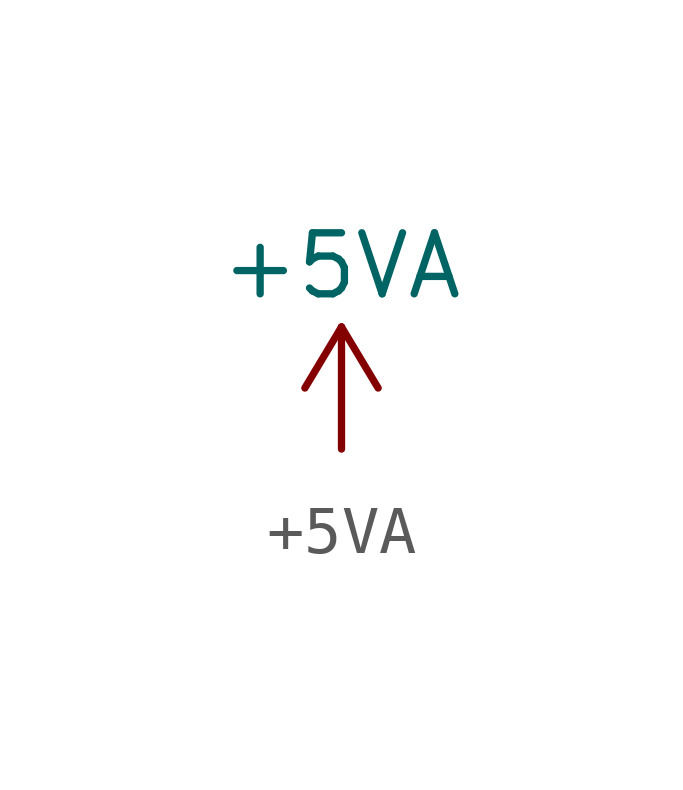
<source format=kicad_sym>
(kicad_symbol_lib
  (version 20231120)
  (generator "kicad_symbol_editor")
  (generator_version "8.0")
  (symbol "+5VA"
    (power)
    (pin_names
      (offset 0))
    (property "Reference" "#PWR"
      (at 0 -2.54 0)
      (effects (font (size 1.27 1.27)) (hide yes)))
    (property "Value" "+5VA"
      (at 0 3.81 0)
      (effects (font (size 1.27 1.27))))
    (symbol "+5VA_1_1"
      (polyline (pts (xy -0.762 1.27) (xy 0 2.54)) (stroke (width 0) (type default)) (fill (type none)))
      (polyline (pts (xy 0 0) (xy 0 2.54)) (stroke (width 0) (type default)) (fill (type none)))
      (polyline (pts (xy 0 2.54) (xy 0.762 1.27)) (stroke (width 0) (type default)) (fill (type none)))
      (pin power_in line (at 0 0 90) (length 0) hide (name "+5VA" (effects (font (size 1.27 1.27)))) (number "1" (effects (font (size 1.27 1.27))))))))
</source>
